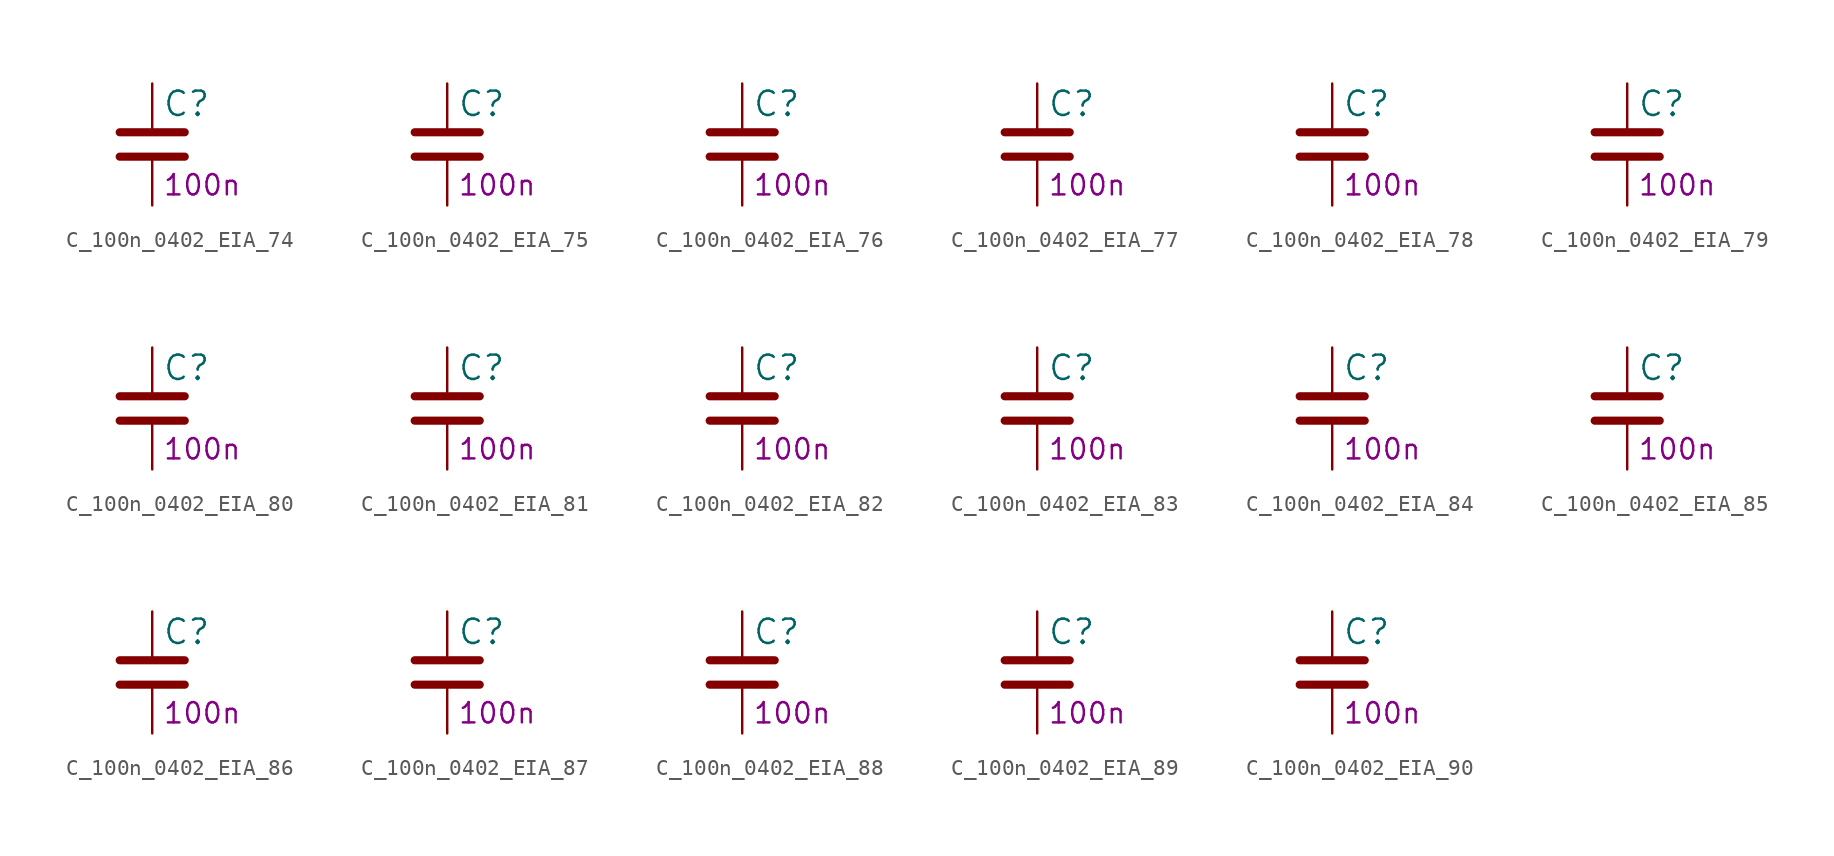
<source format=kicad_sym>
(kicad_symbol_lib
  (version 20211014)
  (generator kicad_symbol_editor)
  (symbol "K410T-devboard:C_100n_0402_EIA_74"
    (pin_names
      (offset 0))
    (property "Reference" "C"
      (at 0.635 2.54 0)
      (effects (font (size 1.524 1.524)) (justify left)))
    (property "Val" "100n"
      (at 0.635 -2.54 0)
      (effects (font (size 1.27 1.27)) (justify left)))
    (symbol "C_100n_0402_EIA_74_1_1"
      (polyline (pts (xy -2.032 -0.762) (xy 2.032 -0.762)) (stroke (width 0.508) (type default)) (fill (type none)))
      (polyline (pts (xy -2.032 0.762) (xy 2.032 0.762)) (stroke (width 0.508) (type default)) (fill (type none)))
      (pin passive line (at 0 3.81 270) (length 2.794) (name "~" (effects (font (size 0 0)))) (number "1" (effects (font (size 0 0)))))
      (pin passive line (at 0 -3.81 90) (length 2.794) (name "~" (effects (font (size 0 0)))) (number "2" (effects (font (size 0 0)))))))
  (symbol "K410T-devboard:C_100n_0402_EIA_75"
    (pin_names
      (offset 0))
    (property "Reference" "C"
      (at 0.635 2.54 0)
      (effects (font (size 1.524 1.524)) (justify left)))
    (property "Val" "100n"
      (at 0.635 -2.54 0)
      (effects (font (size 1.27 1.27)) (justify left)))
    (symbol "C_100n_0402_EIA_75_1_1"
      (polyline (pts (xy -2.032 -0.762) (xy 2.032 -0.762)) (stroke (width 0.508) (type default)) (fill (type none)))
      (polyline (pts (xy -2.032 0.762) (xy 2.032 0.762)) (stroke (width 0.508) (type default)) (fill (type none)))
      (pin passive line (at 0 3.81 270) (length 2.794) (name "~" (effects (font (size 0 0)))) (number "1" (effects (font (size 0 0)))))
      (pin passive line (at 0 -3.81 90) (length 2.794) (name "~" (effects (font (size 0 0)))) (number "2" (effects (font (size 0 0)))))))
  (symbol "K410T-devboard:C_100n_0402_EIA_76"
    (pin_names
      (offset 0))
    (property "Reference" "C"
      (at 0.635 2.54 0)
      (effects (font (size 1.524 1.524)) (justify left)))
    (property "Val" "100n"
      (at 0.635 -2.54 0)
      (effects (font (size 1.27 1.27)) (justify left)))
    (symbol "C_100n_0402_EIA_76_1_1"
      (polyline (pts (xy -2.032 -0.762) (xy 2.032 -0.762)) (stroke (width 0.508) (type default)) (fill (type none)))
      (polyline (pts (xy -2.032 0.762) (xy 2.032 0.762)) (stroke (width 0.508) (type default)) (fill (type none)))
      (pin passive line (at 0 3.81 270) (length 2.794) (name "~" (effects (font (size 0 0)))) (number "1" (effects (font (size 0 0)))))
      (pin passive line (at 0 -3.81 90) (length 2.794) (name "~" (effects (font (size 0 0)))) (number "2" (effects (font (size 0 0)))))))
  (symbol "K410T-devboard:C_100n_0402_EIA_77"
    (pin_names
      (offset 0))
    (property "Reference" "C"
      (at 0.635 2.54 0)
      (effects (font (size 1.524 1.524)) (justify left)))
    (property "Val" "100n"
      (at 0.635 -2.54 0)
      (effects (font (size 1.27 1.27)) (justify left)))
    (symbol "C_100n_0402_EIA_77_1_1"
      (polyline (pts (xy -2.032 -0.762) (xy 2.032 -0.762)) (stroke (width 0.508) (type default)) (fill (type none)))
      (polyline (pts (xy -2.032 0.762) (xy 2.032 0.762)) (stroke (width 0.508) (type default)) (fill (type none)))
      (pin passive line (at 0 3.81 270) (length 2.794) (name "~" (effects (font (size 0 0)))) (number "1" (effects (font (size 0 0)))))
      (pin passive line (at 0 -3.81 90) (length 2.794) (name "~" (effects (font (size 0 0)))) (number "2" (effects (font (size 0 0)))))))
  (symbol "K410T-devboard:C_100n_0402_EIA_78"
    (pin_names
      (offset 0))
    (property "Reference" "C"
      (at 0.635 2.54 0)
      (effects (font (size 1.524 1.524)) (justify left)))
    (property "Val" "100n"
      (at 0.635 -2.54 0)
      (effects (font (size 1.27 1.27)) (justify left)))
    (symbol "C_100n_0402_EIA_78_1_1"
      (polyline (pts (xy -2.032 -0.762) (xy 2.032 -0.762)) (stroke (width 0.508) (type default)) (fill (type none)))
      (polyline (pts (xy -2.032 0.762) (xy 2.032 0.762)) (stroke (width 0.508) (type default)) (fill (type none)))
      (pin passive line (at 0 3.81 270) (length 2.794) (name "~" (effects (font (size 0 0)))) (number "1" (effects (font (size 0 0)))))
      (pin passive line (at 0 -3.81 90) (length 2.794) (name "~" (effects (font (size 0 0)))) (number "2" (effects (font (size 0 0)))))))
  (symbol "K410T-devboard:C_100n_0402_EIA_79"
    (pin_names
      (offset 0))
    (property "Reference" "C"
      (at 0.635 2.54 0)
      (effects (font (size 1.524 1.524)) (justify left)))
    (property "Val" "100n"
      (at 0.635 -2.54 0)
      (effects (font (size 1.27 1.27)) (justify left)))
    (symbol "C_100n_0402_EIA_79_1_1"
      (polyline (pts (xy -2.032 -0.762) (xy 2.032 -0.762)) (stroke (width 0.508) (type default)) (fill (type none)))
      (polyline (pts (xy -2.032 0.762) (xy 2.032 0.762)) (stroke (width 0.508) (type default)) (fill (type none)))
      (pin passive line (at 0 3.81 270) (length 2.794) (name "~" (effects (font (size 0 0)))) (number "1" (effects (font (size 0 0)))))
      (pin passive line (at 0 -3.81 90) (length 2.794) (name "~" (effects (font (size 0 0)))) (number "2" (effects (font (size 0 0)))))))
  (symbol "K410T-devboard:C_100n_0402_EIA_80"
    (pin_names
      (offset 0))
    (property "Reference" "C"
      (at 0.635 2.54 0)
      (effects (font (size 1.524 1.524)) (justify left)))
    (property "Val" "100n"
      (at 0.635 -2.54 0)
      (effects (font (size 1.27 1.27)) (justify left)))
    (symbol "C_100n_0402_EIA_80_1_1"
      (polyline (pts (xy -2.032 -0.762) (xy 2.032 -0.762)) (stroke (width 0.508) (type default)) (fill (type none)))
      (polyline (pts (xy -2.032 0.762) (xy 2.032 0.762)) (stroke (width 0.508) (type default)) (fill (type none)))
      (pin passive line (at 0 3.81 270) (length 2.794) (name "~" (effects (font (size 0 0)))) (number "1" (effects (font (size 0 0)))))
      (pin passive line (at 0 -3.81 90) (length 2.794) (name "~" (effects (font (size 0 0)))) (number "2" (effects (font (size 0 0)))))))
  (symbol "K410T-devboard:C_100n_0402_EIA_81"
    (pin_names
      (offset 0))
    (property "Reference" "C"
      (at 0.635 2.54 0)
      (effects (font (size 1.524 1.524)) (justify left)))
    (property "Val" "100n"
      (at 0.635 -2.54 0)
      (effects (font (size 1.27 1.27)) (justify left)))
    (symbol "C_100n_0402_EIA_81_1_1"
      (polyline (pts (xy -2.032 -0.762) (xy 2.032 -0.762)) (stroke (width 0.508) (type default)) (fill (type none)))
      (polyline (pts (xy -2.032 0.762) (xy 2.032 0.762)) (stroke (width 0.508) (type default)) (fill (type none)))
      (pin passive line (at 0 3.81 270) (length 2.794) (name "~" (effects (font (size 0 0)))) (number "1" (effects (font (size 0 0)))))
      (pin passive line (at 0 -3.81 90) (length 2.794) (name "~" (effects (font (size 0 0)))) (number "2" (effects (font (size 0 0)))))))
  (symbol "K410T-devboard:C_100n_0402_EIA_82"
    (pin_names
      (offset 0))
    (property "Reference" "C"
      (at 0.635 2.54 0)
      (effects (font (size 1.524 1.524)) (justify left)))
    (property "Val" "100n"
      (at 0.635 -2.54 0)
      (effects (font (size 1.27 1.27)) (justify left)))
    (symbol "C_100n_0402_EIA_82_1_1"
      (polyline (pts (xy -2.032 -0.762) (xy 2.032 -0.762)) (stroke (width 0.508) (type default)) (fill (type none)))
      (polyline (pts (xy -2.032 0.762) (xy 2.032 0.762)) (stroke (width 0.508) (type default)) (fill (type none)))
      (pin passive line (at 0 3.81 270) (length 2.794) (name "~" (effects (font (size 0 0)))) (number "1" (effects (font (size 0 0)))))
      (pin passive line (at 0 -3.81 90) (length 2.794) (name "~" (effects (font (size 0 0)))) (number "2" (effects (font (size 0 0)))))))
  (symbol "K410T-devboard:C_100n_0402_EIA_83"
    (pin_names
      (offset 0))
    (property "Reference" "C"
      (at 0.635 2.54 0)
      (effects (font (size 1.524 1.524)) (justify left)))
    (property "Val" "100n"
      (at 0.635 -2.54 0)
      (effects (font (size 1.27 1.27)) (justify left)))
    (symbol "C_100n_0402_EIA_83_1_1"
      (polyline (pts (xy -2.032 -0.762) (xy 2.032 -0.762)) (stroke (width 0.508) (type default)) (fill (type none)))
      (polyline (pts (xy -2.032 0.762) (xy 2.032 0.762)) (stroke (width 0.508) (type default)) (fill (type none)))
      (pin passive line (at 0 3.81 270) (length 2.794) (name "~" (effects (font (size 0 0)))) (number "1" (effects (font (size 0 0)))))
      (pin passive line (at 0 -3.81 90) (length 2.794) (name "~" (effects (font (size 0 0)))) (number "2" (effects (font (size 0 0)))))))
  (symbol "K410T-devboard:C_100n_0402_EIA_84"
    (pin_names
      (offset 0))
    (property "Reference" "C"
      (at 0.635 2.54 0)
      (effects (font (size 1.524 1.524)) (justify left)))
    (property "Val" "100n"
      (at 0.635 -2.54 0)
      (effects (font (size 1.27 1.27)) (justify left)))
    (symbol "C_100n_0402_EIA_84_1_1"
      (polyline (pts (xy -2.032 -0.762) (xy 2.032 -0.762)) (stroke (width 0.508) (type default)) (fill (type none)))
      (polyline (pts (xy -2.032 0.762) (xy 2.032 0.762)) (stroke (width 0.508) (type default)) (fill (type none)))
      (pin passive line (at 0 3.81 270) (length 2.794) (name "~" (effects (font (size 0 0)))) (number "1" (effects (font (size 0 0)))))
      (pin passive line (at 0 -3.81 90) (length 2.794) (name "~" (effects (font (size 0 0)))) (number "2" (effects (font (size 0 0)))))))
  (symbol "K410T-devboard:C_100n_0402_EIA_85"
    (pin_names
      (offset 0))
    (property "Reference" "C"
      (at 0.635 2.54 0)
      (effects (font (size 1.524 1.524)) (justify left)))
    (property "Val" "100n"
      (at 0.635 -2.54 0)
      (effects (font (size 1.27 1.27)) (justify left)))
    (symbol "C_100n_0402_EIA_85_1_1"
      (polyline (pts (xy -2.032 -0.762) (xy 2.032 -0.762)) (stroke (width 0.508) (type default)) (fill (type none)))
      (polyline (pts (xy -2.032 0.762) (xy 2.032 0.762)) (stroke (width 0.508) (type default)) (fill (type none)))
      (pin passive line (at 0 3.81 270) (length 2.794) (name "~" (effects (font (size 0 0)))) (number "1" (effects (font (size 0 0)))))
      (pin passive line (at 0 -3.81 90) (length 2.794) (name "~" (effects (font (size 0 0)))) (number "2" (effects (font (size 0 0)))))))
  (symbol "K410T-devboard:C_100n_0402_EIA_86"
    (pin_names
      (offset 0))
    (property "Reference" "C"
      (at 0.635 2.54 0)
      (effects (font (size 1.524 1.524)) (justify left)))
    (property "Val" "100n"
      (at 0.635 -2.54 0)
      (effects (font (size 1.27 1.27)) (justify left)))
    (symbol "C_100n_0402_EIA_86_1_1"
      (polyline (pts (xy -2.032 -0.762) (xy 2.032 -0.762)) (stroke (width 0.508) (type default)) (fill (type none)))
      (polyline (pts (xy -2.032 0.762) (xy 2.032 0.762)) (stroke (width 0.508) (type default)) (fill (type none)))
      (pin passive line (at 0 3.81 270) (length 2.794) (name "~" (effects (font (size 0 0)))) (number "1" (effects (font (size 0 0)))))
      (pin passive line (at 0 -3.81 90) (length 2.794) (name "~" (effects (font (size 0 0)))) (number "2" (effects (font (size 0 0)))))))
  (symbol "K410T-devboard:C_100n_0402_EIA_87"
    (pin_names
      (offset 0))
    (property "Reference" "C"
      (at 0.635 2.54 0)
      (effects (font (size 1.524 1.524)) (justify left)))
    (property "Val" "100n"
      (at 0.635 -2.54 0)
      (effects (font (size 1.27 1.27)) (justify left)))
    (symbol "C_100n_0402_EIA_87_1_1"
      (polyline (pts (xy -2.032 -0.762) (xy 2.032 -0.762)) (stroke (width 0.508) (type default)) (fill (type none)))
      (polyline (pts (xy -2.032 0.762) (xy 2.032 0.762)) (stroke (width 0.508) (type default)) (fill (type none)))
      (pin passive line (at 0 3.81 270) (length 2.794) (name "~" (effects (font (size 0 0)))) (number "1" (effects (font (size 0 0)))))
      (pin passive line (at 0 -3.81 90) (length 2.794) (name "~" (effects (font (size 0 0)))) (number "2" (effects (font (size 0 0)))))))
  (symbol "K410T-devboard:C_100n_0402_EIA_88"
    (pin_names
      (offset 0))
    (property "Reference" "C"
      (at 0.635 2.54 0)
      (effects (font (size 1.524 1.524)) (justify left)))
    (property "Val" "100n"
      (at 0.635 -2.54 0)
      (effects (font (size 1.27 1.27)) (justify left)))
    (symbol "C_100n_0402_EIA_88_1_1"
      (polyline (pts (xy -2.032 -0.762) (xy 2.032 -0.762)) (stroke (width 0.508) (type default)) (fill (type none)))
      (polyline (pts (xy -2.032 0.762) (xy 2.032 0.762)) (stroke (width 0.508) (type default)) (fill (type none)))
      (pin passive line (at 0 3.81 270) (length 2.794) (name "~" (effects (font (size 0 0)))) (number "1" (effects (font (size 0 0)))))
      (pin passive line (at 0 -3.81 90) (length 2.794) (name "~" (effects (font (size 0 0)))) (number "2" (effects (font (size 0 0)))))))
  (symbol "K410T-devboard:C_100n_0402_EIA_89"
    (pin_names
      (offset 0))
    (property "Reference" "C"
      (at 0.635 2.54 0)
      (effects (font (size 1.524 1.524)) (justify left)))
    (property "Val" "100n"
      (at 0.635 -2.54 0)
      (effects (font (size 1.27 1.27)) (justify left)))
    (symbol "C_100n_0402_EIA_89_1_1"
      (polyline (pts (xy -2.032 -0.762) (xy 2.032 -0.762)) (stroke (width 0.508) (type default)) (fill (type none)))
      (polyline (pts (xy -2.032 0.762) (xy 2.032 0.762)) (stroke (width 0.508) (type default)) (fill (type none)))
      (pin passive line (at 0 3.81 270) (length 2.794) (name "~" (effects (font (size 0 0)))) (number "1" (effects (font (size 0 0)))))
      (pin passive line (at 0 -3.81 90) (length 2.794) (name "~" (effects (font (size 0 0)))) (number "2" (effects (font (size 0 0)))))))
  (symbol "K410T-devboard:C_100n_0402_EIA_90"
    (pin_names
      (offset 0))
    (property "Reference" "C"
      (at 0.635 2.54 0)
      (effects (font (size 1.524 1.524)) (justify left)))
    (property "Val" "100n"
      (at 0.635 -2.54 0)
      (effects (font (size 1.27 1.27)) (justify left)))
    (symbol "C_100n_0402_EIA_90_1_1"
      (polyline (pts (xy -2.032 -0.762) (xy 2.032 -0.762)) (stroke (width 0.508) (type default)) (fill (type none)))
      (polyline (pts (xy -2.032 0.762) (xy 2.032 0.762)) (stroke (width 0.508) (type default)) (fill (type none)))
      (pin passive line (at 0 3.81 270) (length 2.794) (name "~" (effects (font (size 0 0)))) (number "1" (effects (font (size 0 0)))))
      (pin passive line (at 0 -3.81 90) (length 2.794) (name "~" (effects (font (size 0 0)))) (number "2" (effects (font (size 0 0))))))))
</source>
